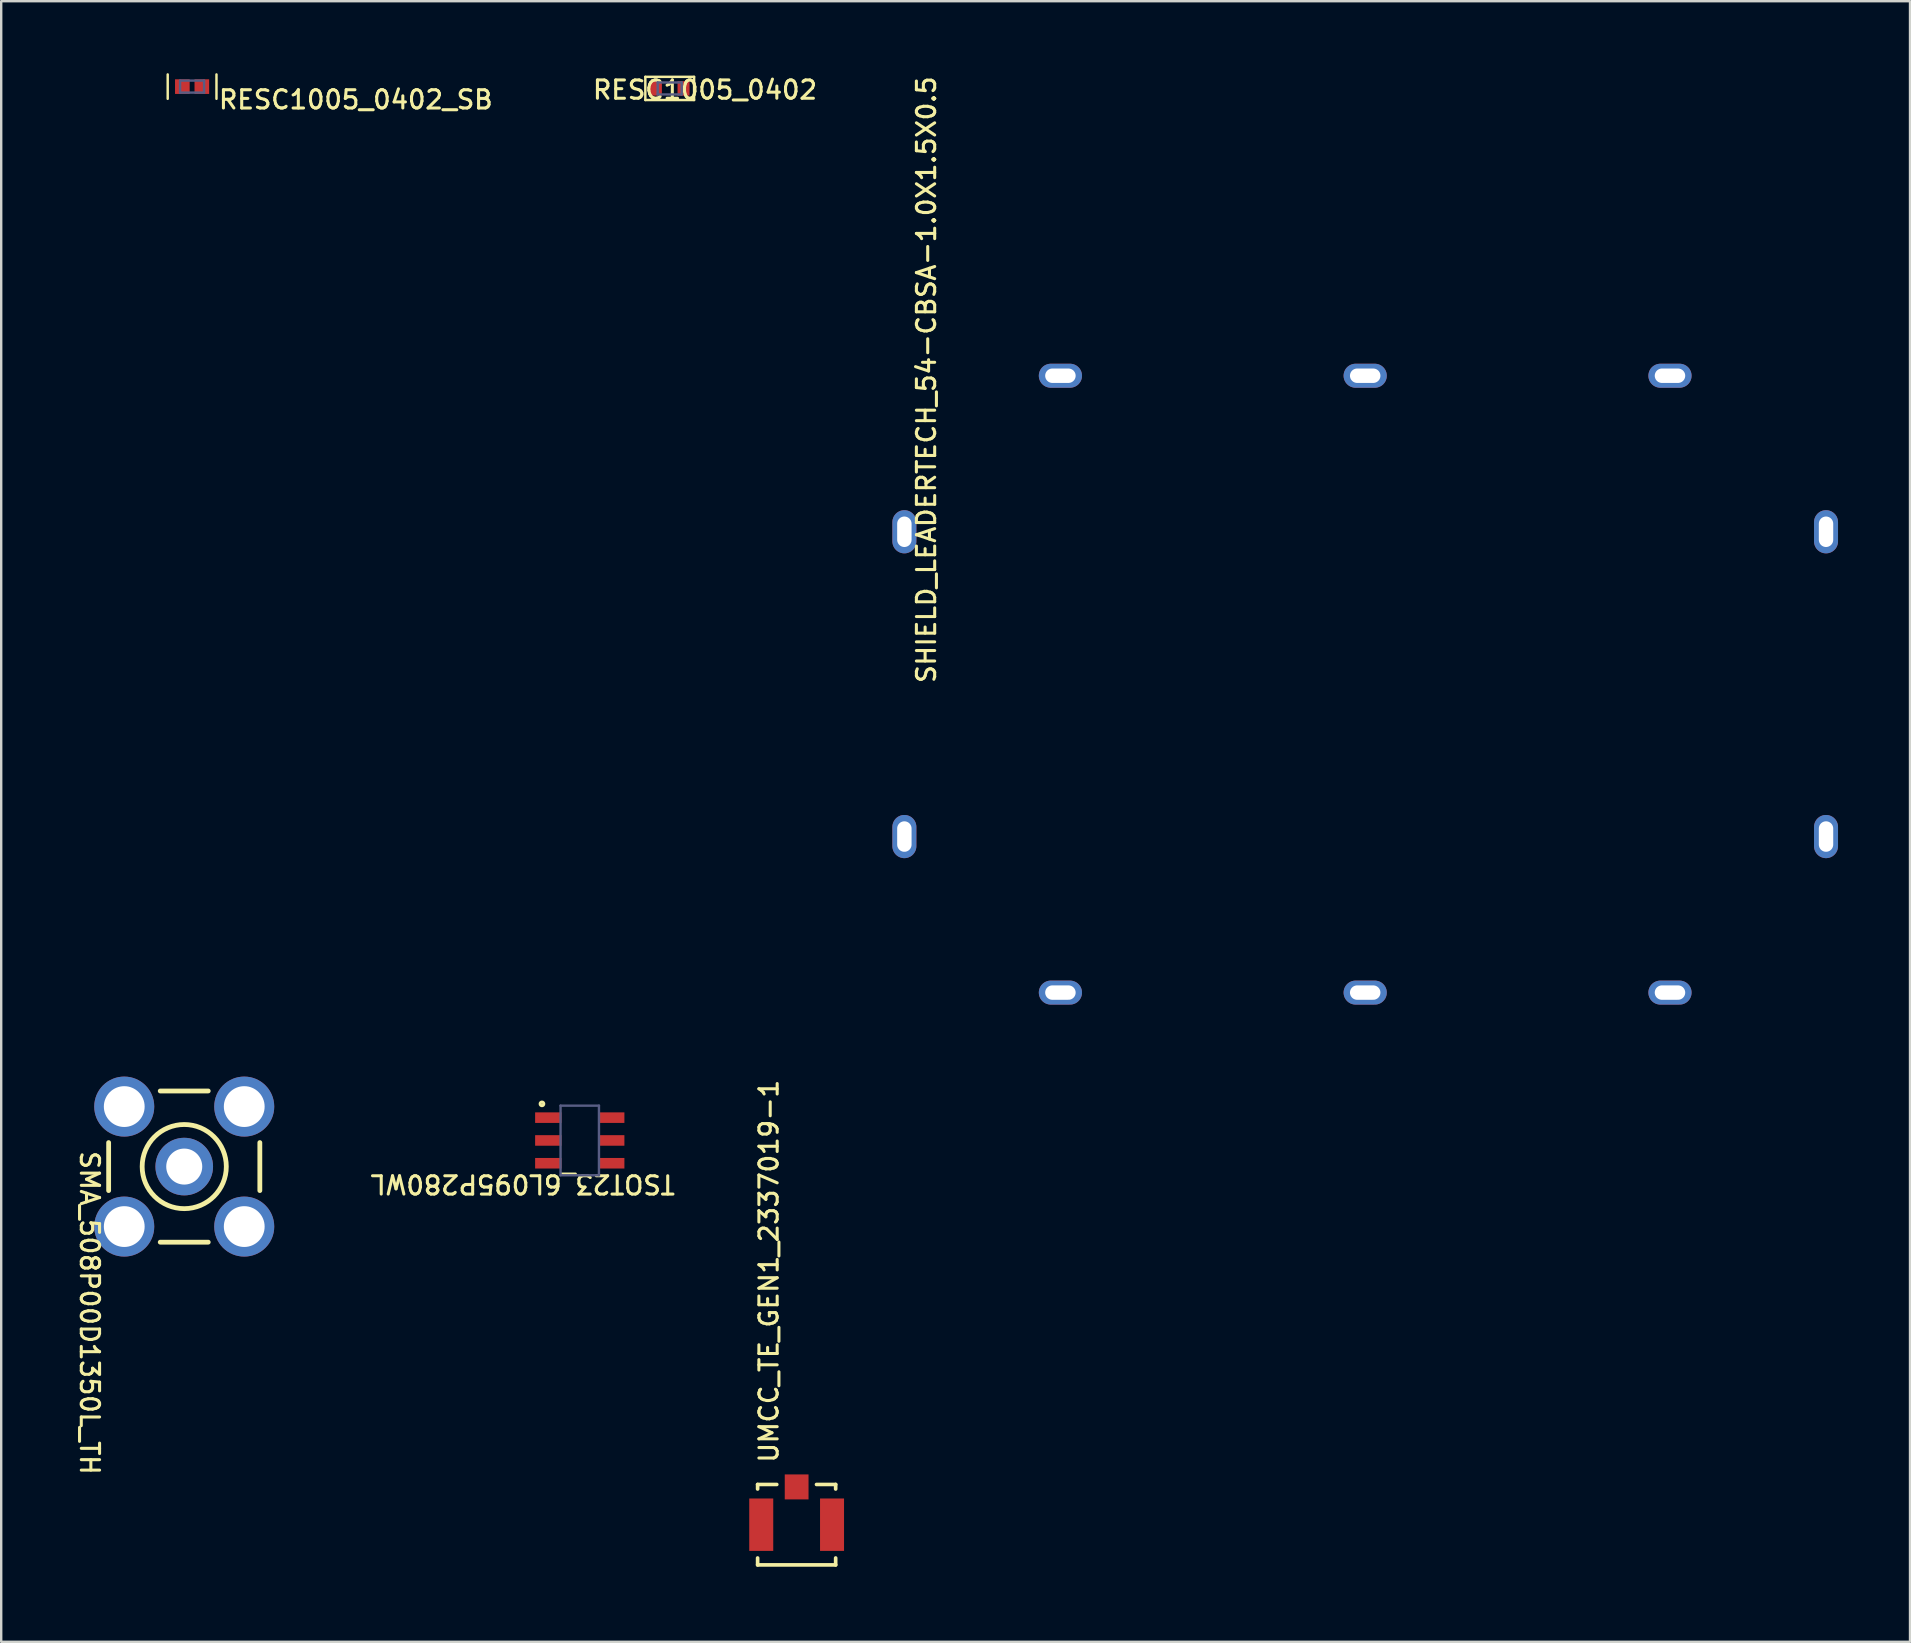
<source format=kicad_pcb>
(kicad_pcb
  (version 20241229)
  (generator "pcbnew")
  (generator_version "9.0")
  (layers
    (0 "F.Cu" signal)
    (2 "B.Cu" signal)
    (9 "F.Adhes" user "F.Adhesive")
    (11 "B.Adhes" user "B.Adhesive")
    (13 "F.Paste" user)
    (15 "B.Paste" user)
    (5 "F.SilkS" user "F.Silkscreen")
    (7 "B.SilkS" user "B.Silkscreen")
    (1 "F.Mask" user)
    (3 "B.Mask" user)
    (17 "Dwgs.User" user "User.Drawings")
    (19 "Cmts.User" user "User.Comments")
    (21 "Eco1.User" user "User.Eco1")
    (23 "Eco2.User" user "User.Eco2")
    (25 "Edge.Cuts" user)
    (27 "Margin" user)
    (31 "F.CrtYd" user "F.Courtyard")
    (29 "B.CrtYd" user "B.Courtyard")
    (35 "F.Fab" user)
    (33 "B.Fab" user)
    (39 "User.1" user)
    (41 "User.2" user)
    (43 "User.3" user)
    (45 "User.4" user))
  (footprint "RESC1005_0402"
    (layer "F.Cu")
    (at 24.856 0.635)
    (property "Reference" "RESC1005_0402" (at -3.277 0.508 0) (unlocked yes) (layer "F.SilkS") (effects (font (size 0.762 0.762) (thickness 0.127)) (justify left bottom)))
    (fp_line (start -1.016 -0.483) (end 1.016 -0.483) (stroke (width 0.102) (type solid)) (layer "F.SilkS"))
    (fp_line (start -1.016 0.483) (end -1.016 -0.483) (stroke (width 0.102) (type solid)) (layer "F.SilkS"))
    (fp_line (start -1.016 0.483) (end 1.016 0.483) (stroke (width 0.102) (type solid)) (layer "F.SilkS"))
    (fp_line (start 1.016 0.483) (end 1.016 -0.483) (stroke (width 0.102) (type solid)) (layer "F.SilkS"))
    (fp_line (start -1.016 -0.483) (end 1.016 -0.483) (stroke (width 0.1) (type solid)) (layer "Eco1.User"))
    (fp_line (start -1.016 0.483) (end -1.016 -0.483) (stroke (width 0.102) (type solid)) (layer "Eco1.User"))
    (fp_line (start -1.016 0.483) (end 1.016 0.483) (stroke (width 0.102) (type solid)) (layer "Eco1.User"))
    (fp_line (start -0.25 0) (end 0.25 0) (stroke (width 0.1) (type solid)) (layer "Eco1.User"))
    (fp_line (start 0 0.25) (end 0 -0.25) (stroke (width 0.1) (type solid)) (layer "Eco1.User"))
    (fp_line (start 1.016 0.483) (end 1.016 -0.483) (stroke (width 0.102) (type solid)) (layer "Eco1.User"))
    (fp_line (start -0.5 -0.25) (end 0.5 -0.25) (stroke (width 0.1) (type solid)) (layer "B.Fab"))
    (fp_line (start -0.5 0.25) (end -0.5 -0.25) (stroke (width 0.1) (type solid)) (layer "B.Fab"))
    (fp_line (start -0.5 0.25) (end 0.5 0.25) (stroke (width 0.1) (type solid)) (layer "B.Fab"))
    (fp_line (start 0.5 0.25) (end 0.5 -0.25) (stroke (width 0.1) (type solid)) (layer "B.Fab"))
    (fp_text user "${REFERENCE}" (at -0.991 0.254 0) (unlocked yes) (layer "User.5") (effects (font (size 0.508 0.508) (thickness 0.127))))
    (pad "1" smd rect (at -0.576 0 90) (size 0.6 0.5) (layers "F.Cu" "F.Mask" "F.Paste"))
    (pad "2" smd rect (at 0.576 0 90) (size 0.6 0.5) (layers "F.Cu" "F.Mask" "F.Paste")))
  (footprint "SMA_508P00D1350L_TH"
    (layer "F.Cu")
    (at 4.627 45.56)
    (property "Reference" "SMA_508P00D1350L_TH" (at -4.39 -0.717 270) (unlocked yes) (layer "F.SilkS") (effects (font (size 0.762 0.762) (thickness 0.127)) (justify left bottom)))
    (fp_line (start -3.15 1) (end -3.15 -1) (stroke (width 0.2) (type solid)) (layer "F.SilkS"))
    (fp_line (start -1 -3.15) (end 1 -3.15) (stroke (width 0.2) (type solid)) (layer "F.SilkS"))
    (fp_line (start -1 3.15) (end 1 3.15) (stroke (width 0.2) (type solid)) (layer "F.SilkS"))
    (fp_line (start 3.15 1) (end 3.15 -1) (stroke (width 0.2) (type solid)) (layer "F.SilkS"))
    (fp_circle (center 0 0) (end 0 -1.753) (stroke (width 0.2) (type solid)) (fill no) (layer "F.SilkS"))
    (fp_text user "${REFERENCE}" (at 0 0 0) (unlocked yes) (layer "User.5") (effects (font (size 0.508 0.508) (thickness 0.127))))
    (pad "1" thru_hole circle (at 0 0 180) (size 2.4 2.4) (drill 1.5) (layers "*.Cu" "*.Mask"))
    (pad "2" thru_hole circle (at -2.5 -2.5 180) (size 2.5 2.5) (drill 1.7) (layers "*.Cu" "*.Mask"))
    (pad "2" thru_hole circle (at -2.5 2.5 180) (size 2.5 2.5) (drill 1.7) (layers "*.Cu" "*.Mask"))
    (pad "2" thru_hole circle (at 2.5 -2.5 180) (size 2.5 2.5) (drill 1.7) (layers "*.Cu" "*.Mask"))
    (pad "2" thru_hole circle (at 2.5 2.5 180) (size 2.5 2.5) (drill 1.7) (layers "*.Cu" "*.Mask")))
  (footprint "UMCC_TE_GEN1_2337019-1"
    (layer "F.Cu")
    (at 30.145 60.482)
    (property "Reference" "UMCC_TE_GEN1_2337019-1" (at -0.711 -2.514 90) (unlocked yes) (layer "F.SilkS") (effects (font (size 0.762 0.762) (thickness 0.127)) (justify left bottom)))
    (fp_line (start -1.626 -1.676) (end -0.828 -1.676) (stroke (width 0.152) (type solid)) (layer "F.SilkS"))
    (fp_line (start -1.626 -1.487) (end -1.626 -1.676) (stroke (width 0.152) (type solid)) (layer "F.SilkS"))
    (fp_line (start -1.626 1.676) (end -1.626 1.388) (stroke (width 0.152) (type solid)) (layer "F.SilkS"))
    (fp_line (start -1.626 1.676) (end 1.626 1.676) (stroke (width 0.152) (type solid)) (layer "F.SilkS"))
    (fp_line (start 0.828 -1.676) (end 1.626 -1.676) (stroke (width 0.152) (type solid)) (layer "F.SilkS"))
    (fp_line (start 1.626 -1.487) (end 1.626 -1.676) (stroke (width 0.152) (type solid)) (layer "F.SilkS"))
    (fp_line (start 1.626 1.676) (end 1.626 1.388) (stroke (width 0.152) (type solid)) (layer "F.SilkS"))
    (fp_line (start -1.922 -2.349) (end 1.922 -2.349) (stroke (width 0.152) (type solid)) (layer "Eco1.User"))
    (fp_line (start -1.922 1.803) (end -1.922 -2.349) (stroke (width 0.152) (type solid)) (layer "Eco1.User"))
    (fp_line (start -1.922 1.803) (end 1.922 1.803) (stroke (width 0.152) (type solid)) (layer "Eco1.User"))
    (fp_line (start 1.922 1.803) (end 1.922 -2.349) (stroke (width 0.152) (type solid)) (layer "Eco1.User"))
    (pad "1" smd rect (at 0 -1.574) (size 0.991 1.041) (layers "F.Cu" "F.Mask" "F.Paste"))
    (pad "2" smd rect (at -1.475 0) (size 1 2.184) (layers "F.Cu" "F.Mask" "F.Paste"))
    (pad "2" smd rect (at 1.475 0) (size 1 2.184) (layers "F.Cu" "F.Mask" "F.Paste")))
  (footprint "TSOT23_6L095P280WL"
    (layer "F.Cu")
    (at 21.108 44.471)
    (property "Reference" "TSOT23_6L095P280WL" (at 4.039 1.372 180) (unlocked yes) (layer "F.SilkS") (effects (font (size 0.762 0.762) (thickness 0.127)) (justify left bottom)))
    (fp_circle (center -1.575 -1.524) (end -1.575 -1.6) (stroke (width 0.127) (type solid)) (fill no) (layer "F.SilkS"))
    (fp_line (start -1.8 -1.7) (end 1.8 -1.7) (stroke (width 0.1) (type solid)) (layer "Eco1.User"))
    (fp_line (start -1.8 1.7) (end -1.8 -1.7) (stroke (width 0.1) (type solid)) (layer "Eco1.User"))
    (fp_line (start -1.8 1.7) (end 1.8 1.7) (stroke (width 0.1) (type solid)) (layer "Eco1.User"))
    (fp_line (start -0.5 0) (end 0.5 0) (stroke (width 0.1) (type solid)) (layer "Eco1.User"))
    (fp_line (start 0 0.5) (end 0 -0.5) (stroke (width 0.1) (type solid)) (layer "Eco1.User"))
    (fp_line (start 1.8 1.7) (end 1.8 -1.7) (stroke (width 0.1) (type solid)) (layer "Eco1.User"))
    (fp_line (start -0.8 -1.45) (end 0.8 -1.45) (stroke (width 0.1) (type solid)) (layer "B.Fab"))
    (fp_line (start -0.8 1.45) (end -0.8 -1.45) (stroke (width 0.1) (type solid)) (layer "B.Fab"))
    (fp_line (start -0.8 1.45) (end 0.8 1.45) (stroke (width 0.1) (type solid)) (layer "B.Fab"))
    (fp_line (start 0.8 1.45) (end 0.8 -1.45) (stroke (width 0.1) (type solid)) (layer "B.Fab"))
    (fp_text user "${REFERENCE}" (at 0.102 1.7 90) (unlocked yes) (layer "User.5") (effects (font (size 0.508 0.508) (thickness 0.127))))
    (pad "1" smd rect (at -1.31 -0.95 90) (size 0.44 1.1) (layers "F.Cu" "F.Mask" "F.Paste"))
    (pad "2" smd rect (at -1.31 0 90) (size 0.44 1.1) (layers "F.Cu" "F.Mask" "F.Paste"))
    (pad "3" smd rect (at -1.31 0.95 90) (size 0.44 1.1) (layers "F.Cu" "F.Mask" "F.Paste"))
    (pad "4" smd rect (at 1.31 0.95 90) (size 0.44 1.1) (layers "F.Cu" "F.Mask" "F.Paste"))
    (pad "5" smd rect (at 1.31 0 90) (size 0.44 1.1) (layers "F.Cu" "F.Mask" "F.Paste"))
    (pad "6" smd rect (at 1.31 -0.95 90) (size 0.44 1.1) (layers "F.Cu" "F.Mask" "F.Paste")))
  (footprint "SHIELD_LEADERTECH_54-CBSA-1.0X1.5X0.5"
    (layer "F.Cu")
    (at 53.836 25.458)
    (property "Reference" "SHIELD_LEADERTECH_54-CBSA-1.0X1.5X0.5" (at -17.839 0.025 90) (unlocked yes) (layer "F.SilkS") (effects (font (size 0.762 0.762) (thickness 0.127) (bold yes)) (justify left bottom)))
    (pad "1" thru_hole oval (at -19.202 -6.35 180) (size 1 1.8) (drill oval 0.6 1.27) (layers "*.Cu" "*.Mask"))
    (pad "1" thru_hole oval (at -19.202 6.35 180) (size 1 1.8) (drill oval 0.6 1.27) (layers "*.Cu" "*.Mask"))
    (pad "1" thru_hole oval (at -12.7 -12.852 270) (size 1 1.8) (drill oval 0.6 1.27) (layers "*.Cu" "*.Mask"))
    (pad "1" thru_hole oval (at -12.7 12.852 90) (size 1 1.8) (drill oval 0.6 1.27) (layers "*.Cu" "*.Mask"))
    (pad "1" thru_hole oval (at 0 -12.852 270) (size 1 1.8) (drill oval 0.6 1.27) (layers "*.Cu" "*.Mask"))
    (pad "1" thru_hole oval (at 0 12.852 90) (size 1 1.8) (drill oval 0.6 1.27) (layers "*.Cu" "*.Mask"))
    (pad "1" thru_hole oval (at 12.7 -12.852 270) (size 1 1.8) (drill oval 0.6 1.27) (layers "*.Cu" "*.Mask"))
    (pad "1" thru_hole oval (at 12.7 12.852 90) (size 1 1.8) (drill oval 0.6 1.27) (layers "*.Cu" "*.Mask"))
    (pad "1" thru_hole oval (at 19.202 -6.35) (size 1 1.8) (drill oval 0.6 1.27) (layers "*.Cu" "*.Mask"))
    (pad "1" thru_hole oval (at 19.202 6.35) (size 1 1.8) (drill oval 0.6 1.27) (layers "*.Cu" "*.Mask")))
  (footprint "RESC1005_0402_SB"
    (layer "F.Cu")
    (at 4.954 0.559)
    (property "Reference" "RESC1005_0402_SB" (at 1.041 0.991 0) (unlocked yes) (layer "F.SilkS") (effects (font (size 0.762 0.762) (thickness 0.127)) (justify left bottom)))
    (fp_line (start -1.016 -0.508) (end -1.016 0.508) (stroke (width 0.102) (type solid)) (layer "F.SilkS"))
    (fp_line (start 1.016 -0.508) (end 1.016 0.508) (stroke (width 0.102) (type solid)) (layer "F.SilkS"))
    (fp_line (start -1.016 -0.508) (end -1.016 0.508) (stroke (width 0.102) (type solid)) (layer "Eco1.User"))
    (fp_line (start -1.016 -0.508) (end 1.016 -0.508) (stroke (width 0.1) (type solid)) (layer "Eco1.User"))
    (fp_line (start -1.016 0.508) (end 1.016 0.508) (stroke (width 0.1) (type solid)) (layer "Eco1.User"))
    (fp_line (start -0.25 0) (end 0.25 0) (stroke (width 0.1) (type solid)) (layer "Eco1.User"))
    (fp_line (start 0 -0.25) (end 0 0.25) (stroke (width 0.1) (type solid)) (layer "Eco1.User"))
    (fp_line (start 1.016 -0.508) (end 1.016 0.508) (stroke (width 0.102) (type solid)) (layer "Eco1.User"))
    (fp_line (start -0.5 -0.25) (end -0.5 0.25) (stroke (width 0.1) (type solid)) (layer "B.Fab"))
    (fp_line (start -0.5 -0.25) (end 0.5 -0.25) (stroke (width 0.1) (type solid)) (layer "B.Fab"))
    (fp_line (start -0.5 0.25) (end 0.5 0.25) (stroke (width 0.1) (type solid)) (layer "B.Fab"))
    (fp_line (start 0.5 -0.25) (end 0.5 0.25) (stroke (width 0.1) (type solid)) (layer "B.Fab"))
    (fp_text user "${REFERENCE}" (at -1.016 0.508 0) (unlocked yes) (layer "User.5") (effects (font (size 0.508 0.508) (thickness 0.127))))
    (pad "1" smd rect (at -0.406 0 270) (size 0.61 0.61) (layers "F.Cu" "F.Mask" "F.Paste"))
    (pad "2" smd rect (at 0.406 0 270) (size 0.61 0.61) (layers "F.Cu" "F.Mask" "F.Paste")))
  (gr_rect
    (start -3 -3)
    (end 76.538 65.362)
    (stroke (width 0.1) (type default))
    (fill no)
    (layer "Edge.Cuts")))
</source>
